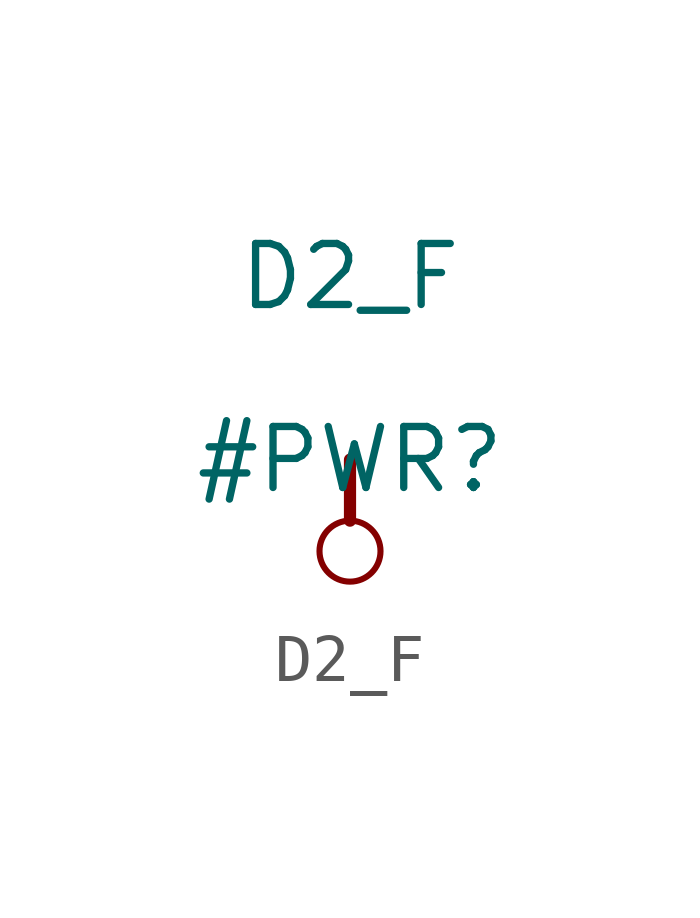
<source format=kicad_sym>
(kicad_symbol_lib
  (version 20211014)
  (generator kicad_symbol_editor)
  (symbol "D2_F"
    (power)
    (property "Reference" "#PWR"
      (at 0 0 0)
      (effects (font (size 1.27 1.27))))
    (property "Value" "D2_F"
      (at 0 3.81 0)
      (effects (font (size 1.27 1.27))))
    (symbol "D2_F_0_0"
      (circle (center 0 -1.905) (radius 0.635) (stroke (width 0.127) (type default) (color 0 0 0 0)) (fill (type none)))
      (polyline (pts (xy 0 0) (xy 0 -1.27)) (stroke (width 0.254) (type default) (color 0 0 0 0)) (fill (type none)))
      (pin power_in line (at 0 0 0) (length 0) hide (name "D2_F" (effects (font (size 1.27 1.27)))) (number "" (effects (font (size 1.27 1.27))))))))
</source>
